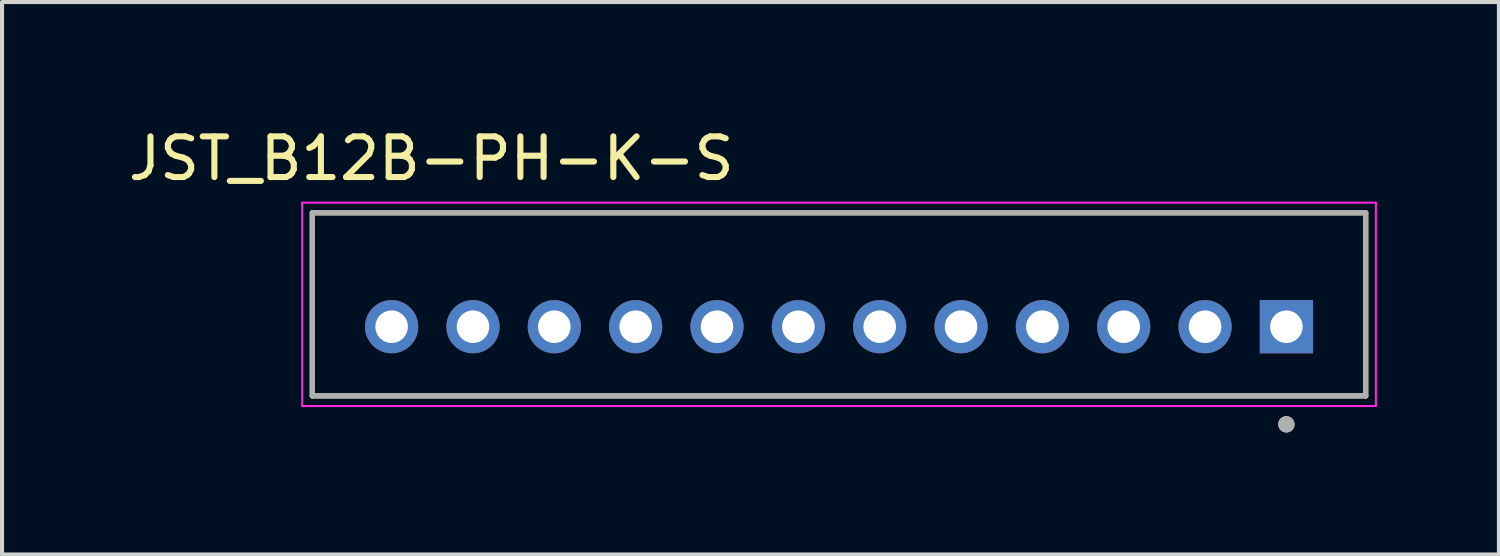
<source format=kicad_pcb>
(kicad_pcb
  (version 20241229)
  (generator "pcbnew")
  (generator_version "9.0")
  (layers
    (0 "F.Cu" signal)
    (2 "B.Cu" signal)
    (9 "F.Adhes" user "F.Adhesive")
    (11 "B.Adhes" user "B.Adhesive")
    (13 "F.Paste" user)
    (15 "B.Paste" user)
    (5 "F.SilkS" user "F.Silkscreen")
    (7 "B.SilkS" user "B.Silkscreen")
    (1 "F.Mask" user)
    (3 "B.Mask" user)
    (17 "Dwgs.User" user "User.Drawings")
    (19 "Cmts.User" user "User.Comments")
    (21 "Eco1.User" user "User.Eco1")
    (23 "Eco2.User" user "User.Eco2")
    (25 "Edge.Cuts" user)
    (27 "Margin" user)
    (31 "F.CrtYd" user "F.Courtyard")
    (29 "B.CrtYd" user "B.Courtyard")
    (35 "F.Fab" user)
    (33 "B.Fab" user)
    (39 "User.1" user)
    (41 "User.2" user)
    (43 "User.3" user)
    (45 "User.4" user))
  (footprint "JST_B12B-PH-K-S"
    (layer "F.Cu")
    (at 17.579 4.433)
    (property "Reference" "JST_B12B-PH-K-S" (at -10.025 -3.585 0) (layer "F.SilkS") (effects (font (size 1 1) (thickness 0.15))))
    (attr through_hole)
    (fp_line (start -12.95 -2.25) (end 12.95 -2.25) (stroke (width 0.127) (type solid)) (layer "F.SilkS"))
    (fp_line (start -12.95 2.25) (end -12.95 -2.25) (stroke (width 0.127) (type solid)) (layer "F.SilkS"))
    (fp_line (start 12.95 -2.25) (end 12.95 2.25) (stroke (width 0.127) (type solid)) (layer "F.SilkS"))
    (fp_line (start 12.95 2.25) (end -12.95 2.25) (stroke (width 0.127) (type solid)) (layer "F.SilkS"))
    (fp_circle (center 11 2.95) (end 11.1 2.95) (stroke (width 0.2) (type solid)) (fill no) (layer "F.SilkS"))
    (fp_line (start -13.2 -2.5) (end 13.2 -2.5) (stroke (width 0.05) (type solid)) (layer "F.CrtYd"))
    (fp_line (start -13.2 2.5) (end -13.2 -2.5) (stroke (width 0.05) (type solid)) (layer "F.CrtYd"))
    (fp_line (start 13.2 -2.5) (end 13.2 2.5) (stroke (width 0.05) (type solid)) (layer "F.CrtYd"))
    (fp_line (start 13.2 2.5) (end -13.2 2.5) (stroke (width 0.05) (type solid)) (layer "F.CrtYd"))
    (fp_line (start -12.95 -2.25) (end 12.95 -2.25) (stroke (width 0.127) (type solid)) (layer "F.Fab"))
    (fp_line (start -12.95 2.25) (end -12.95 -2.25) (stroke (width 0.127) (type solid)) (layer "F.Fab"))
    (fp_line (start 12.95 -2.25) (end 12.95 2.25) (stroke (width 0.127) (type solid)) (layer "F.Fab"))
    (fp_line (start 12.95 2.25) (end -12.95 2.25) (stroke (width 0.127) (type solid)) (layer "F.Fab"))
    (fp_circle (center 11 2.95) (end 11.1 2.95) (stroke (width 0.2) (type solid)) (fill no) (layer "F.Fab"))
    (pad "1" thru_hole rect (at 11 0.55) (size 1.308 1.308) (drill 0.8) (layers "*.Cu" "*.Mask"))
    (pad "2" thru_hole circle (at 9 0.55) (size 1.308 1.308) (drill 0.8) (layers "*.Cu" "*.Mask"))
    (pad "3" thru_hole circle (at 7 0.55) (size 1.308 1.308) (drill 0.8) (layers "*.Cu" "*.Mask"))
    (pad "4" thru_hole circle (at 5 0.55) (size 1.308 1.308) (drill 0.8) (layers "*.Cu" "*.Mask"))
    (pad "5" thru_hole circle (at 3 0.55) (size 1.308 1.308) (drill 0.8) (layers "*.Cu" "*.Mask"))
    (pad "6" thru_hole circle (at 1 0.55) (size 1.308 1.308) (drill 0.8) (layers "*.Cu" "*.Mask"))
    (pad "7" thru_hole circle (at -1 0.55) (size 1.308 1.308) (drill 0.8) (layers "*.Cu" "*.Mask"))
    (pad "8" thru_hole circle (at -3 0.55) (size 1.308 1.308) (drill 0.8) (layers "*.Cu" "*.Mask"))
    (pad "9" thru_hole circle (at -5 0.55) (size 1.308 1.308) (drill 0.8) (layers "*.Cu" "*.Mask"))
    (pad "10" thru_hole circle (at -7 0.55) (size 1.308 1.308) (drill 0.8) (layers "*.Cu" "*.Mask"))
    (pad "11" thru_hole circle (at -9 0.55) (size 1.308 1.308) (drill 0.8) (layers "*.Cu" "*.Mask"))
    (pad "12" thru_hole circle (at -11 0.55) (size 1.308 1.308) (drill 0.8) (layers "*.Cu" "*.Mask")))
  (gr_rect
    (start -3 -3)
    (end 33.804 10.583)
    (stroke (width 0.1) (type default))
    (fill no)
    (layer "Edge.Cuts")))
</source>
